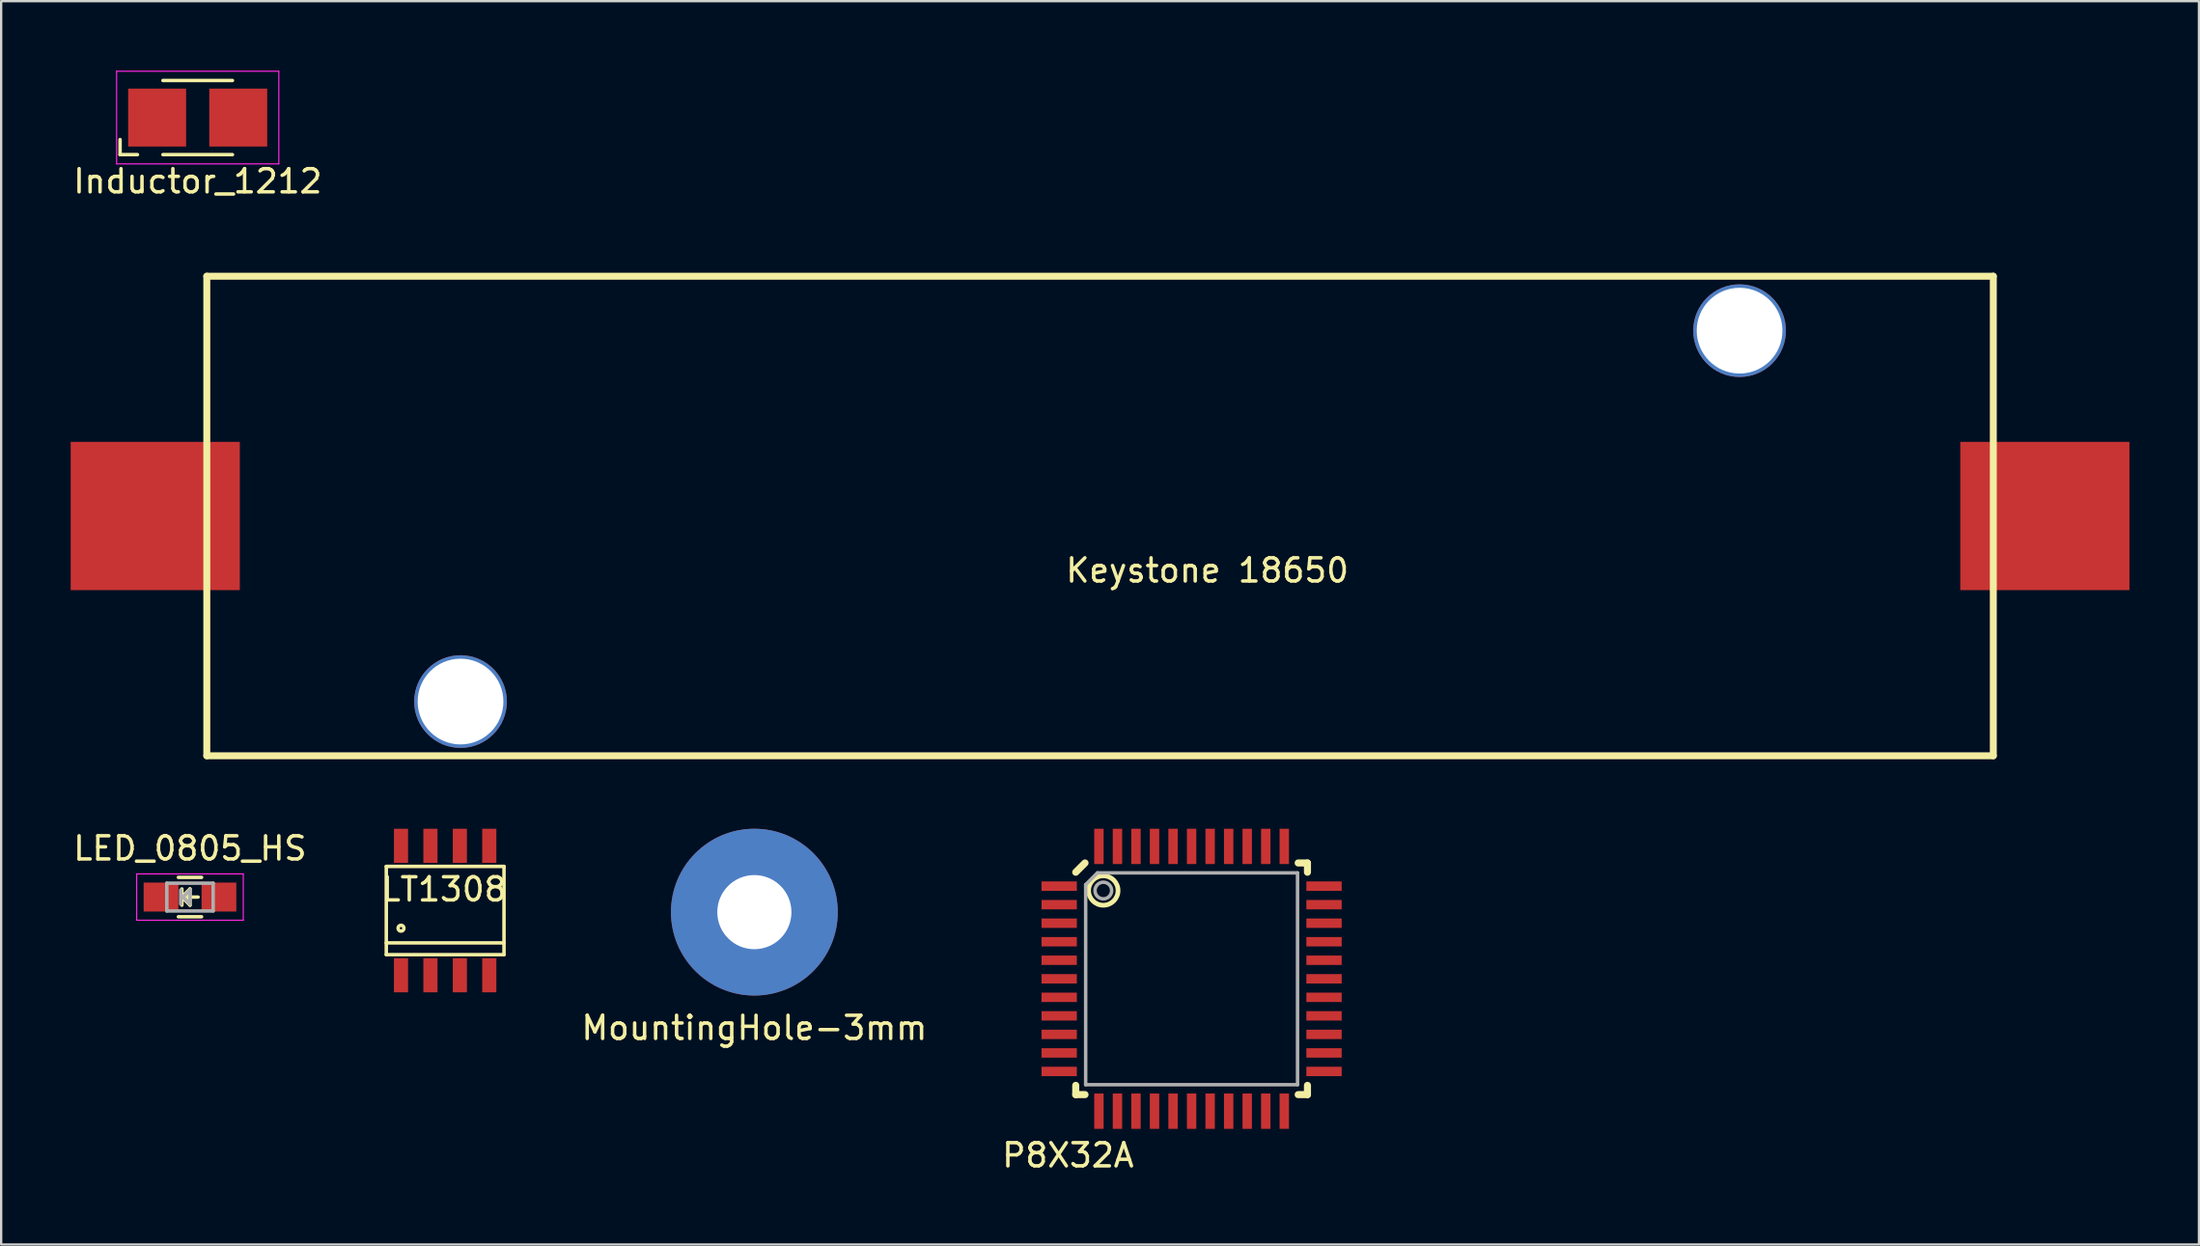
<source format=kicad_pcb>
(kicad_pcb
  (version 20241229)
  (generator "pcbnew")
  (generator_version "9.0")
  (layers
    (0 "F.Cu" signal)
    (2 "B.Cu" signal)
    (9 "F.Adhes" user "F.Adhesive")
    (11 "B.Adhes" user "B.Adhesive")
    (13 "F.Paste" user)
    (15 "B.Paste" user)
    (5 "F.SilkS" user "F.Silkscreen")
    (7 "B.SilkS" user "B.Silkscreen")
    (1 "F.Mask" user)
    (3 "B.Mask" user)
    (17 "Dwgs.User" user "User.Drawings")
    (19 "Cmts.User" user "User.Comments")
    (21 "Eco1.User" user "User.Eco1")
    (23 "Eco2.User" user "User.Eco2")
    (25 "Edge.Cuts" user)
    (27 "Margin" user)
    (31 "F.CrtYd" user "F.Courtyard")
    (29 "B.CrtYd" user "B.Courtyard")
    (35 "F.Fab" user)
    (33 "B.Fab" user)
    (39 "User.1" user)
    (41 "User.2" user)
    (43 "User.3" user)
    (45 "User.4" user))
  (footprint "MountingHole-3mm"
    (layer "F.Cu")
    (at 29.506 36.323)
    (property "Reference" "MountingHole-3mm" (at 0 4.996 0) (layer "F.SilkS") (effects (font (size 1 1) (thickness 0.15))))
    (attr through_hole)
    (pad "1" thru_hole circle (at 0 0) (size 7.2 7.2) (drill 3.2) (layers "*.Cu" "*.Mask")))
  (footprint "Inductor_1212"
    (layer "F.Cu")
    (at 5.482 2.025)
    (property "Reference" "Inductor_1212" (at 0 2.75 0) (layer "F.SilkS") (effects (font (size 1 1) (thickness 0.15))))
    (attr smd)
    (fp_line (start -3.35 1.6) (end -3.35 0.95) (stroke (width 0.15) (type solid)) (layer "F.SilkS"))
    (fp_line (start -2.6 1.6) (end -3.35 1.6) (stroke (width 0.15) (type solid)) (layer "F.SilkS"))
    (fp_line (start -1.5 -1.6) (end 1.5 -1.6) (stroke (width 0.15) (type solid)) (layer "F.SilkS"))
    (fp_line (start 1.5 1.6) (end -1.5 1.6) (stroke (width 0.15) (type solid)) (layer "F.SilkS"))
    (fp_line (start -3.5 -2) (end 3.5 -2) (stroke (width 0.05) (type solid)) (layer "F.CrtYd"))
    (fp_line (start -3.5 2) (end -3.5 -2) (stroke (width 0.05) (type solid)) (layer "F.CrtYd"))
    (fp_line (start 3.5 -2) (end 3.5 2) (stroke (width 0.05) (type solid)) (layer "F.CrtYd"))
    (fp_line (start 3.5 2) (end -3.5 2) (stroke (width 0.05) (type solid)) (layer "F.CrtYd"))
    (pad "1" smd rect (at -1.75 0) (size 2.5 2.5) (layers "F.Cu" "F.Mask" "F.Paste"))
    (pad "2" smd rect (at 1.75 0) (size 2.5 2.5) (layers "F.Cu" "F.Mask" "F.Paste")))
  (footprint "P8X32A"
    (layer "F.Cu")
    (at 48.376 39.2)
    (property "Reference" "P8X32A" (at -5.334 7.62 0) (layer "F.SilkS") (effects (font (size 1 1) (thickness 0.15))))
    (attr smd)
    (fp_line (start -5 -4.6) (end -4.6 -5) (stroke (width 0.305) (type solid)) (layer "F.SilkS"))
    (fp_line (start -5 4.6) (end -5 5) (stroke (width 0.305) (type solid)) (layer "F.SilkS"))
    (fp_line (start -4.6 5) (end -5 5) (stroke (width 0.305) (type solid)) (layer "F.SilkS"))
    (fp_line (start 4.6 -5) (end 5 -5) (stroke (width 0.305) (type solid)) (layer "F.SilkS"))
    (fp_line (start 4.6 5) (end 5 5) (stroke (width 0.305) (type solid)) (layer "F.SilkS"))
    (fp_line (start 5 -5) (end 5 -4.6) (stroke (width 0.305) (type solid)) (layer "F.SilkS"))
    (fp_line (start 5 4.6) (end 5 5) (stroke (width 0.305) (type solid)) (layer "F.SilkS"))
    (fp_circle (center -3.81 -3.81) (end -3.81 -3.175) (stroke (width 0.203) (type solid)) (fill no) (layer "F.SilkS"))
    (fp_line (start -4.572 -4.064) (end -4.064 -4.572) (stroke (width 0.15) (type solid)) (layer "F.Fab"))
    (fp_line (start -4.572 4.572) (end -4.572 -4.064) (stroke (width 0.15) (type solid)) (layer "F.Fab"))
    (fp_line (start -4.064 -4.572) (end 4.572 -4.572) (stroke (width 0.15) (type solid)) (layer "F.Fab"))
    (fp_line (start 4.572 -4.572) (end 4.572 4.572) (stroke (width 0.15) (type solid)) (layer "F.Fab"))
    (fp_line (start 4.572 4.572) (end -4.572 4.572) (stroke (width 0.15) (type solid)) (layer "F.Fab"))
    (fp_circle (center -3.81 -3.81) (end -3.556 -3.556) (stroke (width 0.15) (type solid)) (fill no) (layer "F.Fab"))
    (pad "1" smd rect (at -5.715 -4) (size 1.524 0.406) (layers "F.Cu" "F.Mask" "F.Paste"))
    (pad "2" smd rect (at -5.715 -3.2) (size 1.524 0.406) (layers "F.Cu" "F.Mask" "F.Paste"))
    (pad "3" smd rect (at -5.715 -2.4) (size 1.524 0.406) (layers "F.Cu" "F.Mask" "F.Paste"))
    (pad "4" smd rect (at -5.715 -1.6) (size 1.524 0.406) (layers "F.Cu" "F.Mask" "F.Paste"))
    (pad "5" smd rect (at -5.715 -0.8) (size 1.524 0.406) (layers "F.Cu" "F.Mask" "F.Paste"))
    (pad "6" smd rect (at -5.715 0) (size 1.524 0.406) (layers "F.Cu" "F.Mask" "F.Paste"))
    (pad "7" smd rect (at -5.715 0.8) (size 1.524 0.406) (layers "F.Cu" "F.Mask" "F.Paste"))
    (pad "8" smd rect (at -5.715 1.6) (size 1.524 0.406) (layers "F.Cu" "F.Mask" "F.Paste"))
    (pad "9" smd rect (at -5.715 2.4) (size 1.524 0.406) (layers "F.Cu" "F.Mask" "F.Paste"))
    (pad "10" smd rect (at -5.715 3.2) (size 1.524 0.406) (layers "F.Cu" "F.Mask" "F.Paste"))
    (pad "11" smd rect (at -5.715 4) (size 1.524 0.406) (layers "F.Cu" "F.Mask" "F.Paste"))
    (pad "12" smd rect (at -4 5.715) (size 0.406 1.524) (layers "F.Cu" "F.Mask" "F.Paste"))
    (pad "13" smd rect (at -3.2 5.715) (size 0.406 1.524) (layers "F.Cu" "F.Mask" "F.Paste"))
    (pad "14" smd rect (at -2.4 5.715) (size 0.406 1.524) (layers "F.Cu" "F.Mask" "F.Paste"))
    (pad "15" smd rect (at -1.6 5.715) (size 0.406 1.524) (layers "F.Cu" "F.Mask" "F.Paste"))
    (pad "16" smd rect (at -0.8 5.715) (size 0.406 1.524) (layers "F.Cu" "F.Mask" "F.Paste"))
    (pad "17" smd rect (at 0 5.715) (size 0.406 1.524) (layers "F.Cu" "F.Mask" "F.Paste"))
    (pad "18" smd rect (at 0.8 5.715) (size 0.406 1.524) (layers "F.Cu" "F.Mask" "F.Paste"))
    (pad "19" smd rect (at 1.6 5.715) (size 0.406 1.524) (layers "F.Cu" "F.Mask" "F.Paste"))
    (pad "20" smd rect (at 2.4 5.715) (size 0.406 1.524) (layers "F.Cu" "F.Mask" "F.Paste"))
    (pad "21" smd rect (at 3.2 5.715) (size 0.406 1.524) (layers "F.Cu" "F.Mask" "F.Paste"))
    (pad "22" smd rect (at 4 5.715) (size 0.406 1.524) (layers "F.Cu" "F.Mask" "F.Paste"))
    (pad "23" smd rect (at 5.715 4) (size 1.524 0.406) (layers "F.Cu" "F.Mask" "F.Paste"))
    (pad "24" smd rect (at 5.715 3.2) (size 1.524 0.406) (layers "F.Cu" "F.Mask" "F.Paste"))
    (pad "25" smd rect (at 5.715 2.4) (size 1.524 0.406) (layers "F.Cu" "F.Mask" "F.Paste"))
    (pad "26" smd rect (at 5.715 1.6) (size 1.524 0.406) (layers "F.Cu" "F.Mask" "F.Paste"))
    (pad "27" smd rect (at 5.715 0.8) (size 1.524 0.406) (layers "F.Cu" "F.Mask" "F.Paste"))
    (pad "28" smd rect (at 5.715 0) (size 1.524 0.406) (layers "F.Cu" "F.Mask" "F.Paste"))
    (pad "29" smd rect (at 5.715 -0.8) (size 1.524 0.406) (layers "F.Cu" "F.Mask" "F.Paste"))
    (pad "30" smd rect (at 5.715 -1.6) (size 1.524 0.406) (layers "F.Cu" "F.Mask" "F.Paste"))
    (pad "31" smd rect (at 5.715 -2.4) (size 1.524 0.406) (layers "F.Cu" "F.Mask" "F.Paste"))
    (pad "32" smd rect (at 5.715 -3.2) (size 1.524 0.406) (layers "F.Cu" "F.Mask" "F.Paste"))
    (pad "33" smd rect (at 5.715 -4) (size 1.524 0.406) (layers "F.Cu" "F.Mask" "F.Paste"))
    (pad "34" smd rect (at 4 -5.715) (size 0.406 1.524) (layers "F.Cu" "F.Mask" "F.Paste"))
    (pad "35" smd rect (at 3.2 -5.715) (size 0.406 1.524) (layers "F.Cu" "F.Mask" "F.Paste"))
    (pad "36" smd rect (at 2.4 -5.715) (size 0.406 1.524) (layers "F.Cu" "F.Mask" "F.Paste"))
    (pad "37" smd rect (at 1.6 -5.715) (size 0.406 1.524) (layers "F.Cu" "F.Mask" "F.Paste"))
    (pad "38" smd rect (at 0.8 -5.715) (size 0.406 1.524) (layers "F.Cu" "F.Mask" "F.Paste"))
    (pad "39" smd rect (at 0 -5.715) (size 0.406 1.524) (layers "F.Cu" "F.Mask" "F.Paste"))
    (pad "40" smd rect (at -0.8 -5.715) (size 0.406 1.524) (layers "F.Cu" "F.Mask" "F.Paste"))
    (pad "41" smd rect (at -1.6 -5.715) (size 0.406 1.524) (layers "F.Cu" "F.Mask" "F.Paste"))
    (pad "42" smd rect (at -2.4 -5.715) (size 0.406 1.524) (layers "F.Cu" "F.Mask" "F.Paste"))
    (pad "43" smd rect (at -3.2 -5.715) (size 0.406 1.524) (layers "F.Cu" "F.Mask" "F.Paste"))
    (pad "44" smd rect (at -4 -5.715) (size 0.406 1.524) (layers "F.Cu" "F.Mask" "F.Paste")))
  (footprint "LED_0805_HS"
    (layer "F.Cu")
    (at 5.149 35.672)
    (property "Reference" "LED_0805_HS" (at 0 -2.1 0) (layer "F.SilkS") (effects (font (size 1 1) (thickness 0.15))))
    (attr smd)
    (fp_line (start -0.5 -0.85) (end 0.5 -0.85) (stroke (width 0.15) (type solid)) (layer "F.SilkS"))
    (fp_line (start -0.5 0.85) (end 0.5 0.85) (stroke (width 0.15) (type solid)) (layer "F.SilkS"))
    (fp_line (start -0.35 -0.35) (end -0.35 0.35) (stroke (width 0.15) (type solid)) (layer "F.SilkS"))
    (fp_line (start -0.35 0) (end 0 -0.35) (stroke (width 0.15) (type solid)) (layer "F.SilkS"))
    (fp_line (start -0.1 -0.1) (end -0.25 0.05) (stroke (width 0.15) (type solid)) (layer "F.SilkS"))
    (fp_line (start -0.1 0.15) (end -0.1 -0.1) (stroke (width 0.15) (type solid)) (layer "F.SilkS"))
    (fp_line (start 0 -0.35) (end 0 0.35) (stroke (width 0.15) (type solid)) (layer "F.SilkS"))
    (fp_line (start 0 0) (end 0.35 0) (stroke (width 0.15) (type solid)) (layer "F.SilkS"))
    (fp_line (start 0 0.35) (end -0.35 0) (stroke (width 0.15) (type solid)) (layer "F.SilkS"))
    (fp_line (start -2.3 -1) (end 2.3 -1) (stroke (width 0.05) (type solid)) (layer "F.CrtYd"))
    (fp_line (start -2.3 1) (end -2.3 -1) (stroke (width 0.05) (type solid)) (layer "F.CrtYd"))
    (fp_line (start 2.3 -1) (end 2.3 1) (stroke (width 0.05) (type solid)) (layer "F.CrtYd"))
    (fp_line (start 2.3 1) (end -2.3 1) (stroke (width 0.05) (type solid)) (layer "F.CrtYd"))
    (fp_line (start -1 -0.6) (end -1 0.6) (stroke (width 0.15) (type solid)) (layer "F.Fab"))
    (fp_line (start -1 0.6) (end 1 0.6) (stroke (width 0.15) (type solid)) (layer "F.Fab"))
    (fp_line (start -0.4 -0.3) (end -0.4 0.3) (stroke (width 0.15) (type solid)) (layer "F.Fab"))
    (fp_line (start -0.3 0) (end 0 -0.3) (stroke (width 0.15) (type solid)) (layer "F.Fab"))
    (fp_line (start 0 -0.3) (end 0 0.3) (stroke (width 0.15) (type solid)) (layer "F.Fab"))
    (fp_line (start 0 0.3) (end -0.3 0) (stroke (width 0.15) (type solid)) (layer "F.Fab"))
    (fp_line (start 1 -0.6) (end -1 -0.6) (stroke (width 0.15) (type solid)) (layer "F.Fab"))
    (fp_line (start 1 0.6) (end 1 -0.6) (stroke (width 0.15) (type solid)) (layer "F.Fab"))
    (pad "1" smd rect (at -1.25 0 180) (size 1.5 1.25) (layers "F.Cu" "F.Mask" "F.Paste"))
    (pad "2" smd rect (at 1.25 0 180) (size 1.5 1.25) (layers "F.Cu" "F.Mask" "F.Paste")))
  (footprint "Keystone 18650"
    (layer "F.Cu")
    (at 5.875 8.873)
    (property "Reference" "Keystone 18650" (at 43.18 12.7 0) (layer "F.SilkS") (effects (font (size 1 1) (thickness 0.15))))
    (attr through_hole)
    (fp_line (start 0 0) (end 0 20.7) (stroke (width 0.3) (type solid)) (layer "F.SilkS"))
    (fp_line (start 0 0) (end 77.1 0) (stroke (width 0.3) (type solid)) (layer "F.SilkS"))
    (fp_line (start 0 20.7) (end 77.1 20.7) (stroke (width 0.3) (type solid)) (layer "F.SilkS"))
    (fp_line (start 77.1 0) (end 77.1 20.7) (stroke (width 0.3) (type solid)) (layer "F.SilkS"))
    (pad "" thru_hole circle (at 10.95 18.36) (size 4 4) (drill 3.7) (layers "*.Cu" "*.Mask"))
    (pad "" thru_hole circle (at 66.15 2.35) (size 4 4) (drill 3.7) (layers "*.Cu" "*.Mask"))
    (pad "1" smd rect (at -2.225 10.35) (size 7.3 6.4) (layers "F.Cu" "F.Mask" "F.Paste"))
    (pad "2" smd rect (at 79.325 10.35) (size 7.3 6.4) (layers "F.Cu" "F.Mask" "F.Paste")))
  (footprint "LT1308"
    (layer "F.Cu")
    (at 16.161 36.254)
    (property "Reference" "LT1308" (at -0.048 -0.914 0) (layer "F.SilkS") (effects (font (size 1 1) (thickness 0.15))))
    (attr through_hole)
    (fp_line (start -2.54 -1.905) (end 2.54 -1.905) (stroke (width 0.15) (type solid)) (layer "F.SilkS"))
    (fp_line (start -2.54 1.397) (end 2.54 1.397) (stroke (width 0.15) (type solid)) (layer "F.SilkS"))
    (fp_line (start -2.54 1.905) (end -2.54 -1.905) (stroke (width 0.15) (type solid)) (layer "F.SilkS"))
    (fp_line (start -2.54 1.905) (end 2.54 1.905) (stroke (width 0.15) (type solid)) (layer "F.SilkS"))
    (fp_line (start 2.54 1.905) (end 2.54 -1.905) (stroke (width 0.15) (type solid)) (layer "F.SilkS"))
    (fp_circle (center -1.905 0.762) (end -1.778 0.762) (stroke (width 0.15) (type solid)) (fill no) (layer "F.SilkS"))
    (pad "1" smd rect (at -1.905 2.794) (size 0.61 1.473) (layers "F.Cu" "F.Mask" "F.Paste"))
    (pad "2" smd rect (at -0.635 2.794) (size 0.61 1.473) (layers "F.Cu" "F.Mask" "F.Paste"))
    (pad "3" smd rect (at 0.635 2.794) (size 0.61 1.473) (layers "F.Cu" "F.Mask" "F.Paste"))
    (pad "4" smd rect (at 1.905 2.794) (size 0.61 1.473) (layers "F.Cu" "F.Mask" "F.Paste"))
    (pad "5" smd rect (at 1.905 -2.794) (size 0.61 1.473) (layers "F.Cu" "F.Mask" "F.Paste"))
    (pad "6" smd rect (at 0.635 -2.794) (size 0.61 1.473) (layers "F.Cu" "F.Mask" "F.Paste"))
    (pad "7" smd rect (at -0.635 -2.794) (size 0.61 1.473) (layers "F.Cu" "F.Mask" "F.Paste"))
    (pad "8" smd rect (at -1.905 -2.794) (size 0.61 1.473) (layers "F.Cu" "F.Mask" "F.Paste")))
  (gr_rect
    (start -3 -3)
    (end 91.85 50.669)
    (stroke (width 0.1) (type default))
    (fill no)
    (layer "Edge.Cuts")))
</source>
